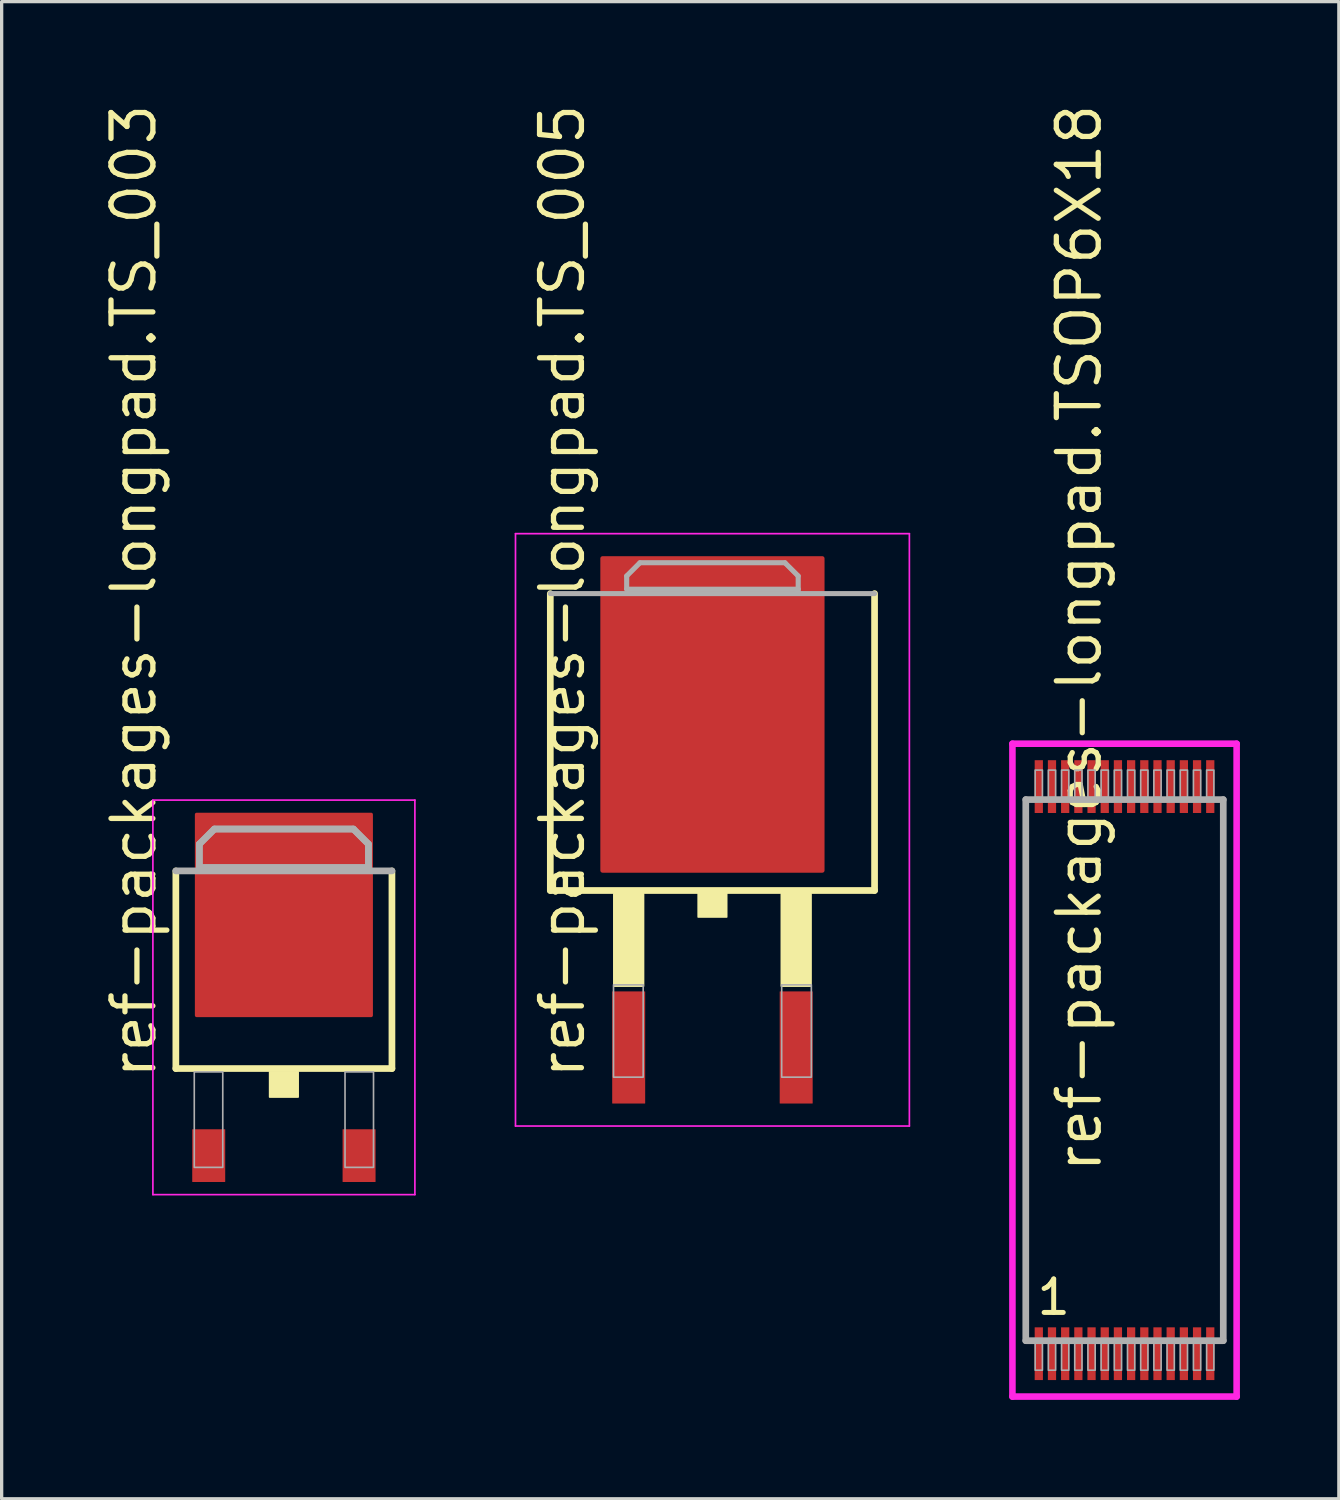
<source format=kicad_pcb>
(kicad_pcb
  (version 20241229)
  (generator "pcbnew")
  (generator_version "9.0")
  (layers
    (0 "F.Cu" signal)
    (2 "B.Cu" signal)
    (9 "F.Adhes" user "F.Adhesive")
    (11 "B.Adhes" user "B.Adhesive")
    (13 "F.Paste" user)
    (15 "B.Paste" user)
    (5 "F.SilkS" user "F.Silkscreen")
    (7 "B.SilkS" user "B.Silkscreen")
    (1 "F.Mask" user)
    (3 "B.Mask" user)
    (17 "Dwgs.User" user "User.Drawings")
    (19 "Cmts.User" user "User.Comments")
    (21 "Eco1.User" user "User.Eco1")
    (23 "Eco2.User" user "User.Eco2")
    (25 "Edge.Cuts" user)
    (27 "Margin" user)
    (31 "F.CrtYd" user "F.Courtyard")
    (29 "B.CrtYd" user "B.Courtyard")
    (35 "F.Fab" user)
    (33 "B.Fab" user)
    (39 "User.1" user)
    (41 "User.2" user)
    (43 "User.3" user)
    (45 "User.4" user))
  (footprint "ref-packages-longpad.TS_003"
    (layer "F.Cu")
    (at 5.56 27.198)
    (property "Reference" "ref-packages-longpad.TS_003" (at -3.81 2.54 90) (layer "F.SilkS") (effects (font (size 1.27 1.27) (thickness 0.16)) (justify left bottom)))
    (attr smd)
    (fp_line (start -3.277 2.159) (end -3.277 -3.835) (stroke (width 0.203) (type default)) (layer "F.SilkS"))
    (fp_line (start 3.277 -3.835) (end 3.277 2.159) (stroke (width 0.203) (type default)) (layer "F.SilkS"))
    (fp_line (start 3.277 2.159) (end -3.277 2.159) (stroke (width 0.203) (type default)) (layer "F.SilkS"))
    (fp_rect (start -0.432 3.023) (end 0.432 2.261) (stroke (width 0.05) (type default)) (fill yes) (layer "F.SilkS"))
    (fp_line (start -3.973 -5.983) (end 3.973 -5.983) (stroke (width 0.051) (type default)) (layer "F.CrtYd"))
    (fp_line (start -3.973 5.983) (end -3.973 -5.983) (stroke (width 0.051) (type default)) (layer "F.CrtYd"))
    (fp_line (start 3.973 -5.983) (end 3.973 5.983) (stroke (width 0.051) (type default)) (layer "F.CrtYd"))
    (fp_line (start 3.973 5.983) (end -3.973 5.983) (stroke (width 0.051) (type default)) (layer "F.CrtYd"))
    (fp_line (start -3.277 -3.835) (end 3.277 -3.835) (stroke (width 0.203) (type default)) (layer "F.Fab"))
    (fp_line (start -2.565 -4.648) (end -2.108 -5.105) (stroke (width 0.203) (type default)) (layer "F.Fab"))
    (fp_line (start -2.565 -3.937) (end -2.565 -4.648) (stroke (width 0.203) (type default)) (layer "F.Fab"))
    (fp_line (start -2.108 -5.105) (end 2.108 -5.105) (stroke (width 0.203) (type default)) (layer "F.Fab"))
    (fp_line (start 2.108 -5.105) (end 2.565 -4.648) (stroke (width 0.203) (type default)) (layer "F.Fab"))
    (fp_line (start 2.565 -4.648) (end 2.565 -3.937) (stroke (width 0.203) (type default)) (layer "F.Fab"))
    (fp_line (start 2.565 -3.937) (end -2.565 -3.937) (stroke (width 0.203) (type default)) (layer "F.Fab"))
    (fp_rect (start -2.718 5.156) (end -1.854 2.261) (stroke (width 0.05) (type default)) (fill no) (layer "F.Fab"))
    (fp_rect (start 1.854 5.156) (end 2.718 2.261) (stroke (width 0.05) (type default)) (fill no) (layer "F.Fab"))
    (fp_poly (pts (xy -2.565 -3.937) (xy -2.565 -4.648) (xy -2.108 -5.105) (xy 2.108 -5.105) (xy 2.565 -4.648) (xy 2.565 -3.937)) (stroke (width 0.2) (type default)) (fill no) (layer "F.Fab"))
    (pad "1" smd roundrect (at -2.28 4.8) (size 1 1.6) (layers "F.Cu" "F.Mask" "F.Paste") (roundrect_rratio 0.01))
    (pad "2" smd roundrect (at 2.28 4.8) (size 1 1.6) (layers "F.Cu" "F.Mask" "F.Paste") (roundrect_rratio 0.01))
    (pad "3" smd roundrect (at 0 -2.5) (size 5.4 6.2) (layers "F.Cu" "F.Mask" "F.Paste") (roundrect_rratio 0.01)))
  (footprint "ref-packages-longpad.TS_005"
    (layer "F.Cu")
    (at 18.557 22.118)
    (property "Reference" "ref-packages-longpad.TS_005" (at -3.81 7.62 90) (layer "F.SilkS") (effects (font (size 1.27 1.27) (thickness 0.16)) (justify left bottom)))
    (attr smd)
    (fp_line (start -4.917 1.839) (end -4.917 -7.165) (stroke (width 0.203) (type default)) (layer "F.SilkS"))
    (fp_line (start 4.917 -7.165) (end 4.917 1.839) (stroke (width 0.203) (type default)) (layer "F.SilkS"))
    (fp_line (start 4.917 1.839) (end -4.917 1.839) (stroke (width 0.203) (type default)) (layer "F.SilkS"))
    (fp_rect (start -2.99 4.74) (end -2.09 1.94) (stroke (width 0.05) (type default)) (fill yes) (layer "F.SilkS"))
    (fp_rect (start -0.432 2.643) (end 0.432 1.881) (stroke (width 0.05) (type default)) (fill yes) (layer "F.SilkS"))
    (fp_rect (start 2.09 4.74) (end 2.99 1.94) (stroke (width 0.05) (type default)) (fill yes) (layer "F.SilkS"))
    (fp_line (start -5.973 -8.983) (end 5.973 -8.983) (stroke (width 0.051) (type default)) (layer "F.CrtYd"))
    (fp_line (start -5.973 8.983) (end -5.973 -8.983) (stroke (width 0.051) (type default)) (layer "F.CrtYd"))
    (fp_line (start 5.973 -8.983) (end 5.973 8.983) (stroke (width 0.051) (type default)) (layer "F.CrtYd"))
    (fp_line (start 5.973 8.983) (end -5.973 8.983) (stroke (width 0.051) (type default)) (layer "F.CrtYd"))
    (fp_line (start -4.917 -7.165) (end 4.917 -7.165) (stroke (width 0.152) (type default)) (layer "F.Fab"))
    (fp_line (start -2.6 -7.7) (end -2.6 -7.3) (stroke (width 0.152) (type default)) (layer "F.Fab"))
    (fp_line (start -2.6 -7.3) (end 2.6 -7.3) (stroke (width 0.152) (type default)) (layer "F.Fab"))
    (fp_line (start -2.2 -8.1) (end -2.6 -7.7) (stroke (width 0.152) (type default)) (layer "F.Fab"))
    (fp_line (start 2.2 -8.1) (end -2.2 -8.1) (stroke (width 0.152) (type default)) (layer "F.Fab"))
    (fp_line (start 2.6 -7.7) (end 2.2 -8.1) (stroke (width 0.152) (type default)) (layer "F.Fab"))
    (fp_line (start 2.6 -7.3) (end 2.6 -7.7) (stroke (width 0.152) (type default)) (layer "F.Fab"))
    (fp_line (start 2.6 -7.3) (end 2.6 -7.2) (stroke (width 0.152) (type default)) (layer "F.Fab"))
    (fp_rect (start -3 7.5) (end -2.1 4.7) (stroke (width 0.05) (type default)) (fill no) (layer "F.Fab"))
    (fp_rect (start 2.1 7.5) (end 3 4.7) (stroke (width 0.05) (type default)) (fill no) (layer "F.Fab"))
    (fp_poly (pts (xy 2.6 -7.2) (xy 2.6 -7.7) (xy 2.2 -8.1) (xy -2.2 -8.1) (xy -2.6 -7.7) (xy -2.6 -7.3) (xy 2.6 -7.3)) (stroke (width 0.127) (type default)) (fill no) (layer "F.Fab"))
    (pad "1" smd roundrect (at -2.54 6.6) (size 1 3.4) (layers "F.Cu" "F.Mask" "F.Paste") (roundrect_rratio 0.01))
    (pad "2" smd roundrect (at 2.54 6.6) (size 1 3.4) (layers "F.Cu" "F.Mask" "F.Paste") (roundrect_rratio 0.01))
    (pad "3" smd roundrect (at 0 -3.5) (size 6.8 9.6) (layers "F.Cu" "F.Mask" "F.Paste") (roundrect_rratio 0.01)))
  (footprint "ref-packages-longpad.TSOP6X18"
    (layer "F.Cu")
    (at 31.055 29.406)
    (property "Reference" "ref-packages-longpad.TSOP6X18" (at -0.635 3.175 90) (layer "F.SilkS") (effects (font (size 1.27 1.27) (thickness 0.16)) (justify left bottom)))
    (attr smd)
    (fp_line (start -3.4 -9.9) (end 3.4 -9.9) (stroke (width 0.2) (type default)) (layer "F.CrtYd"))
    (fp_line (start -3.4 9.9) (end -3.4 -9.9) (stroke (width 0.2) (type default)) (layer "F.CrtYd"))
    (fp_line (start 3.4 -9.9) (end 3.4 9.9) (stroke (width 0.2) (type default)) (layer "F.CrtYd"))
    (fp_line (start 3.4 9.9) (end -3.4 9.9) (stroke (width 0.2) (type default)) (layer "F.CrtYd"))
    (fp_line (start -2.995 -8.205) (end 2.995 -8.205) (stroke (width 0.203) (type default)) (layer "F.Fab"))
    (fp_line (start -2.995 8.205) (end -2.995 -8.205) (stroke (width 0.203) (type default)) (layer "F.Fab"))
    (fp_line (start 2.995 -8.205) (end 2.995 8.205) (stroke (width 0.203) (type default)) (layer "F.Fab"))
    (fp_line (start 2.995 8.205) (end -2.995 8.205) (stroke (width 0.203) (type default)) (layer "F.Fab"))
    (fp_rect (start -2.71 -8.27) (end -2.49 -9.1) (stroke (width 0.05) (type default)) (fill no) (layer "F.Fab"))
    (fp_rect (start -2.71 9.1) (end -2.49 8.27) (stroke (width 0.05) (type default)) (fill no) (layer "F.Fab"))
    (fp_rect (start -2.31 -8.27) (end -2.09 -9.1) (stroke (width 0.05) (type default)) (fill no) (layer "F.Fab"))
    (fp_rect (start -2.31 9.1) (end -2.09 8.27) (stroke (width 0.05) (type default)) (fill no) (layer "F.Fab"))
    (fp_rect (start -1.91 -8.27) (end -1.69 -9.1) (stroke (width 0.05) (type default)) (fill no) (layer "F.Fab"))
    (fp_rect (start -1.91 9.1) (end -1.69 8.27) (stroke (width 0.05) (type default)) (fill no) (layer "F.Fab"))
    (fp_rect (start -1.51 -8.27) (end -1.29 -9.1) (stroke (width 0.05) (type default)) (fill no) (layer "F.Fab"))
    (fp_rect (start -1.51 9.1) (end -1.29 8.27) (stroke (width 0.05) (type default)) (fill no) (layer "F.Fab"))
    (fp_rect (start -1.11 -8.27) (end -0.89 -9.1) (stroke (width 0.05) (type default)) (fill no) (layer "F.Fab"))
    (fp_rect (start -1.11 9.1) (end -0.89 8.27) (stroke (width 0.05) (type default)) (fill no) (layer "F.Fab"))
    (fp_rect (start -0.71 -8.27) (end -0.49 -9.1) (stroke (width 0.05) (type default)) (fill no) (layer "F.Fab"))
    (fp_rect (start -0.71 9.1) (end -0.49 8.27) (stroke (width 0.05) (type default)) (fill no) (layer "F.Fab"))
    (fp_rect (start -0.31 -8.27) (end -0.09 -9.1) (stroke (width 0.05) (type default)) (fill no) (layer "F.Fab"))
    (fp_rect (start -0.31 9.1) (end -0.09 8.27) (stroke (width 0.05) (type default)) (fill no) (layer "F.Fab"))
    (fp_rect (start 0.09 -8.27) (end 0.31 -9.1) (stroke (width 0.05) (type default)) (fill no) (layer "F.Fab"))
    (fp_rect (start 0.09 9.1) (end 0.31 8.27) (stroke (width 0.05) (type default)) (fill no) (layer "F.Fab"))
    (fp_rect (start 0.49 -8.27) (end 0.71 -9.1) (stroke (width 0.05) (type default)) (fill no) (layer "F.Fab"))
    (fp_rect (start 0.49 9.1) (end 0.71 8.27) (stroke (width 0.05) (type default)) (fill no) (layer "F.Fab"))
    (fp_rect (start 0.89 -8.27) (end 1.11 -9.1) (stroke (width 0.05) (type default)) (fill no) (layer "F.Fab"))
    (fp_rect (start 0.89 9.1) (end 1.11 8.27) (stroke (width 0.05) (type default)) (fill no) (layer "F.Fab"))
    (fp_rect (start 1.29 -8.27) (end 1.51 -9.1) (stroke (width 0.05) (type default)) (fill no) (layer "F.Fab"))
    (fp_rect (start 1.29 9.1) (end 1.51 8.27) (stroke (width 0.05) (type default)) (fill no) (layer "F.Fab"))
    (fp_rect (start 1.69 -8.27) (end 1.91 -9.1) (stroke (width 0.05) (type default)) (fill no) (layer "F.Fab"))
    (fp_rect (start 1.69 9.1) (end 1.91 8.27) (stroke (width 0.05) (type default)) (fill no) (layer "F.Fab"))
    (fp_rect (start 2.09 -8.27) (end 2.31 -9.1) (stroke (width 0.05) (type default)) (fill no) (layer "F.Fab"))
    (fp_rect (start 2.09 9.1) (end 2.31 8.27) (stroke (width 0.05) (type default)) (fill no) (layer "F.Fab"))
    (fp_rect (start 2.49 -8.27) (end 2.71 -9.1) (stroke (width 0.05) (type default)) (fill no) (layer "F.Fab"))
    (fp_rect (start 2.49 9.1) (end 2.71 8.27) (stroke (width 0.05) (type default)) (fill no) (layer "F.Fab"))
    (fp_text user "1" (at -2.731 7.48 0) (layer "F.SilkS") (effects (font (size 1.016 1.016) (thickness 0.15)) (justify left bottom)))
    (pad "1" smd roundrect (at -2.6 8.6) (size 0.25 1.6) (layers "F.Cu" "F.Mask" "F.Paste") (roundrect_rratio 0.01))
    (pad "2" smd roundrect (at -2.2 8.6) (size 0.25 1.6) (layers "F.Cu" "F.Mask" "F.Paste") (roundrect_rratio 0.01))
    (pad "3" smd roundrect (at -1.8 8.6) (size 0.25 1.6) (layers "F.Cu" "F.Mask" "F.Paste") (roundrect_rratio 0.01))
    (pad "4" smd roundrect (at -1.4 8.6) (size 0.25 1.6) (layers "F.Cu" "F.Mask" "F.Paste") (roundrect_rratio 0.01))
    (pad "5" smd roundrect (at -1 8.6) (size 0.25 1.6) (layers "F.Cu" "F.Mask" "F.Paste") (roundrect_rratio 0.01))
    (pad "6" smd roundrect (at -0.6 8.6) (size 0.25 1.6) (layers "F.Cu" "F.Mask" "F.Paste") (roundrect_rratio 0.01))
    (pad "7" smd roundrect (at -0.2 8.6) (size 0.25 1.6) (layers "F.Cu" "F.Mask" "F.Paste") (roundrect_rratio 0.01))
    (pad "8" smd roundrect (at 0.2 8.6) (size 0.25 1.6) (layers "F.Cu" "F.Mask" "F.Paste") (roundrect_rratio 0.01))
    (pad "9" smd roundrect (at 0.6 8.6) (size 0.25 1.6) (layers "F.Cu" "F.Mask" "F.Paste") (roundrect_rratio 0.01))
    (pad "10" smd roundrect (at 1 8.6) (size 0.25 1.6) (layers "F.Cu" "F.Mask" "F.Paste") (roundrect_rratio 0.01))
    (pad "11" smd roundrect (at 1.4 8.6) (size 0.25 1.6) (layers "F.Cu" "F.Mask" "F.Paste") (roundrect_rratio 0.01))
    (pad "12" smd roundrect (at 1.8 8.6) (size 0.25 1.6) (layers "F.Cu" "F.Mask" "F.Paste") (roundrect_rratio 0.01))
    (pad "13" smd roundrect (at 2.2 8.6) (size 0.25 1.6) (layers "F.Cu" "F.Mask" "F.Paste") (roundrect_rratio 0.01))
    (pad "14" smd roundrect (at 2.6 8.6) (size 0.25 1.6) (layers "F.Cu" "F.Mask" "F.Paste") (roundrect_rratio 0.01))
    (pad "15" smd roundrect (at 2.6 -8.6) (size 0.25 1.6) (layers "F.Cu" "F.Mask" "F.Paste") (roundrect_rratio 0.01))
    (pad "16" smd roundrect (at 2.2 -8.6) (size 0.25 1.6) (layers "F.Cu" "F.Mask" "F.Paste") (roundrect_rratio 0.01))
    (pad "17" smd roundrect (at 1.8 -8.6) (size 0.25 1.6) (layers "F.Cu" "F.Mask" "F.Paste") (roundrect_rratio 0.01))
    (pad "18" smd roundrect (at 1.4 -8.6) (size 0.25 1.6) (layers "F.Cu" "F.Mask" "F.Paste") (roundrect_rratio 0.01))
    (pad "19" smd roundrect (at 1 -8.6) (size 0.25 1.6) (layers "F.Cu" "F.Mask" "F.Paste") (roundrect_rratio 0.01))
    (pad "20" smd roundrect (at 0.6 -8.6) (size 0.25 1.6) (layers "F.Cu" "F.Mask" "F.Paste") (roundrect_rratio 0.01))
    (pad "21" smd roundrect (at 0.2 -8.6) (size 0.25 1.6) (layers "F.Cu" "F.Mask" "F.Paste") (roundrect_rratio 0.01))
    (pad "22" smd roundrect (at -0.2 -8.6) (size 0.25 1.6) (layers "F.Cu" "F.Mask" "F.Paste") (roundrect_rratio 0.01))
    (pad "23" smd roundrect (at -0.6 -8.6) (size 0.25 1.6) (layers "F.Cu" "F.Mask" "F.Paste") (roundrect_rratio 0.01))
    (pad "24" smd roundrect (at -1 -8.6) (size 0.25 1.6) (layers "F.Cu" "F.Mask" "F.Paste") (roundrect_rratio 0.01))
    (pad "25" smd roundrect (at -1.4 -8.6) (size 0.25 1.6) (layers "F.Cu" "F.Mask" "F.Paste") (roundrect_rratio 0.01))
    (pad "26" smd roundrect (at -1.8 -8.6) (size 0.25 1.6) (layers "F.Cu" "F.Mask" "F.Paste") (roundrect_rratio 0.01))
    (pad "27" smd roundrect (at -2.2 -8.6) (size 0.25 1.6) (layers "F.Cu" "F.Mask" "F.Paste") (roundrect_rratio 0.01))
    (pad "28" smd roundrect (at -2.6 -8.6) (size 0.25 1.6) (layers "F.Cu" "F.Mask" "F.Paste") (roundrect_rratio 0.01)))
  (gr_rect
    (start -3 -3)
    (end 37.555 42.406)
    (stroke (width 0.1) (type default))
    (fill no)
    (layer "Edge.Cuts")))
</source>
